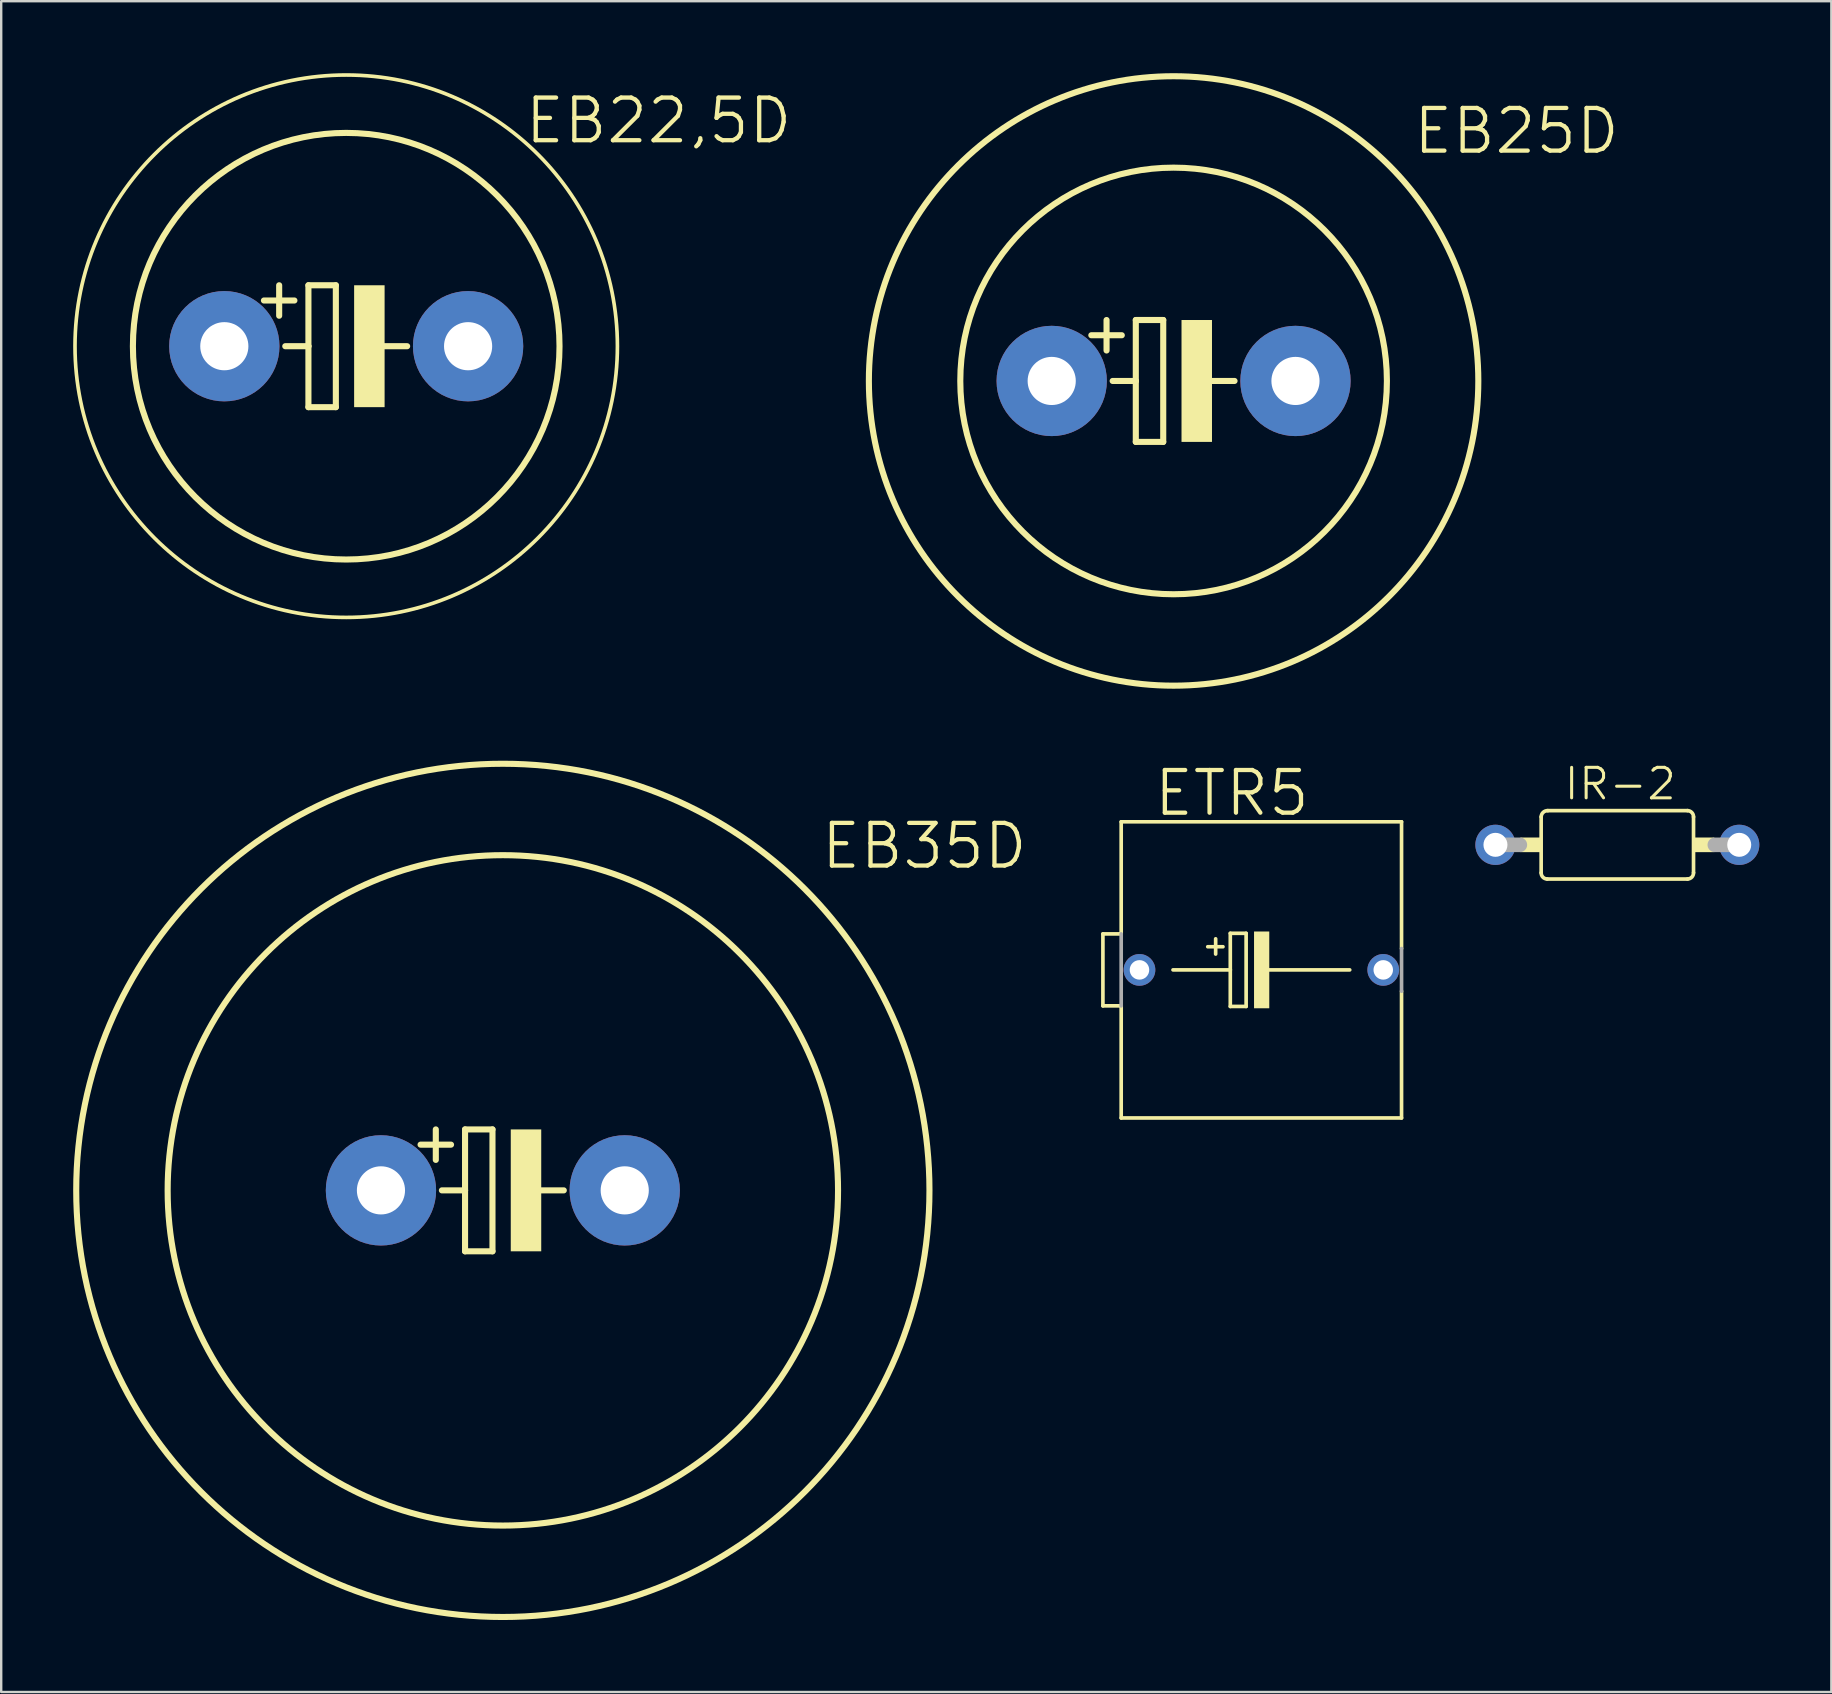
<source format=kicad_pcb>
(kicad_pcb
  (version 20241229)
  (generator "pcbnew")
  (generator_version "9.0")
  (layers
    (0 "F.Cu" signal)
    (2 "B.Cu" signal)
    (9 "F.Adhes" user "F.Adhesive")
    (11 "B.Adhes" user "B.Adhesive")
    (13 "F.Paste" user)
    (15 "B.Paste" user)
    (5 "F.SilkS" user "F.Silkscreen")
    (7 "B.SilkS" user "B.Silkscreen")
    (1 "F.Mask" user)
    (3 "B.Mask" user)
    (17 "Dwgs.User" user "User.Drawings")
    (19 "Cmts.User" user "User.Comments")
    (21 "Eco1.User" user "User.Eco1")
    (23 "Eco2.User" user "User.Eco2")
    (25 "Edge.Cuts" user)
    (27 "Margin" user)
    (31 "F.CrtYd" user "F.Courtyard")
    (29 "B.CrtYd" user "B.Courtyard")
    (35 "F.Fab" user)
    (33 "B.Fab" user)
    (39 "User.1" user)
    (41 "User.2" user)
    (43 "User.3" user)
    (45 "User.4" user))
  (footprint "IR-2"
    (layer "F.Cu")
    (at 64.356 32.16)
    (property "Reference" "IR-2" (at 0.121 -2.54 0) (layer "F.SilkS") (effects (font (size 1.27 1.27) (thickness 0.127))))
    (attr through_hole)
    (fp_line (start -3.175 1.164) (end -3.175 -1.164) (stroke (width 0.152) (type solid)) (layer "F.SilkS"))
    (fp_line (start 2.925 -1.425) (end -2.9 -1.425) (stroke (width 0.152) (type solid)) (layer "F.SilkS"))
    (fp_line (start 2.925 1.425) (end -2.925 1.425) (stroke (width 0.152) (type solid)) (layer "F.SilkS"))
    (fp_line (start 3.175 1.164) (end 3.175 -1.164) (stroke (width 0.152) (type solid)) (layer "F.SilkS"))
    (fp_arc (start -3.175 -1.164) (mid -3.091555 -1.351454) (end -2.9 -1.425) (stroke (width 0.1524) (type solid)) (layer "F.SilkS"))
    (fp_arc (start -2.925 1.425) (mid -3.104055 1.346277) (end -3.175 1.164) (stroke (width 0.1524) (type solid)) (layer "F.SilkS"))
    (fp_arc (start 2.925 -1.425) (mid 3.104055 -1.346277) (end 3.175 -1.164) (stroke (width 0.1524) (type solid)) (layer "F.SilkS"))
    (fp_arc (start 3.175 1.164) (mid 3.104055 1.346277) (end 2.925 1.425) (stroke (width 0.1524) (type solid)) (layer "F.SilkS"))
    (fp_poly (pts (xy -4.039 -0.305) (xy -3.175 -0.305) (xy -3.175 0.305) (xy -4.039 0.305)) (stroke (width 0) (type solid)) (fill yes) (layer "F.SilkS"))
    (fp_poly (pts (xy 3.175 -0.305) (xy 4.039 -0.305) (xy 4.039 0.305) (xy 3.175 0.305)) (stroke (width 0) (type solid)) (fill yes) (layer "F.SilkS"))
    (fp_line (start -5.08 0) (end -4.064 0) (stroke (width 0.61) (type solid)) (layer "F.Fab"))
    (fp_line (start 5.08 0) (end 4.064 0) (stroke (width 0.61) (type solid)) (layer "F.Fab"))
    (pad "1" thru_hole circle (at -5.08 0) (size 1.676 1.676) (drill 1) (layers "*.Cu" "*.Mask"))
    (pad "2" thru_hole circle (at 5.08 0) (size 1.676 1.676) (drill 1) (layers "*.Cu" "*.Mask")))
  (footprint "EB22,5D"
    (layer "F.Cu")
    (at 11.379 11.379)
    (property "Reference" "EB22,5D" (at 13.022 -9.398 0) (layer "F.SilkS") (effects (font (size 1.778 1.778) (thickness 0.178))))
    (attr through_hole)
    (fp_line (start -2.794 -2.54) (end -2.794 -1.27) (stroke (width 0.254) (type solid)) (layer "F.SilkS"))
    (fp_line (start -2.54 0) (end -1.575 0) (stroke (width 0.254) (type solid)) (layer "F.SilkS"))
    (fp_line (start -2.159 -1.905) (end -3.429 -1.905) (stroke (width 0.254) (type solid)) (layer "F.SilkS"))
    (fp_line (start -1.575 -2.54) (end -0.432 -2.54) (stroke (width 0.254) (type solid)) (layer "F.SilkS"))
    (fp_line (start -1.575 0) (end -1.575 -2.54) (stroke (width 0.254) (type solid)) (layer "F.SilkS"))
    (fp_line (start -1.575 2.54) (end -1.575 0) (stroke (width 0.254) (type solid)) (layer "F.SilkS"))
    (fp_line (start -0.432 -2.54) (end -0.432 2.54) (stroke (width 0.254) (type solid)) (layer "F.SilkS"))
    (fp_line (start -0.432 2.54) (end -1.575 2.54) (stroke (width 0.254) (type solid)) (layer "F.SilkS"))
    (fp_line (start 0.635 0) (end 2.54 0) (stroke (width 0.254) (type solid)) (layer "F.SilkS"))
    (fp_circle (center 0 0) (end 8.89 0) (stroke (width 0.254) (type solid)) (fill no) (layer "F.SilkS"))
    (fp_circle (center 0 0) (end 11.303 0) (stroke (width 0.152) (type solid)) (fill no) (layer "F.SilkS"))
    (fp_poly (pts (xy 0.33 -2.54) (xy 1.6 -2.54) (xy 1.6 2.54) (xy 0.33 2.54)) (stroke (width 0) (type solid)) (fill yes) (layer "F.SilkS"))
    (pad "+" thru_hole circle (at -5.08 0) (size 4.597 4.597) (drill 2.007) (layers "*.Cu" "*.Mask"))
    (pad "-" thru_hole circle (at 5.08 0) (size 4.597 4.597) (drill 2.007) (layers "*.Cu" "*.Mask")))
  (footprint "EB35D"
    (layer "F.Cu")
    (at 17.907 46.561)
    (property "Reference" "EB35D" (at 17.568 -14.351 0) (layer "F.SilkS") (effects (font (size 1.778 1.778) (thickness 0.178))))
    (attr through_hole)
    (fp_line (start -2.794 -2.54) (end -2.794 -1.27) (stroke (width 0.254) (type solid)) (layer "F.SilkS"))
    (fp_line (start -2.54 0) (end -1.575 0) (stroke (width 0.254) (type solid)) (layer "F.SilkS"))
    (fp_line (start -2.159 -1.905) (end -3.429 -1.905) (stroke (width 0.254) (type solid)) (layer "F.SilkS"))
    (fp_line (start -1.575 -2.54) (end -0.432 -2.54) (stroke (width 0.254) (type solid)) (layer "F.SilkS"))
    (fp_line (start -1.575 0) (end -1.575 -2.54) (stroke (width 0.254) (type solid)) (layer "F.SilkS"))
    (fp_line (start -1.575 2.54) (end -1.575 0) (stroke (width 0.254) (type solid)) (layer "F.SilkS"))
    (fp_line (start -0.432 -2.54) (end -0.432 2.54) (stroke (width 0.254) (type solid)) (layer "F.SilkS"))
    (fp_line (start -0.432 2.54) (end -1.575 2.54) (stroke (width 0.254) (type solid)) (layer "F.SilkS"))
    (fp_line (start 1.397 0) (end 2.54 0) (stroke (width 0.254) (type solid)) (layer "F.SilkS"))
    (fp_circle (center 0 0) (end 13.97 0) (stroke (width 0.254) (type solid)) (fill no) (layer "F.SilkS"))
    (fp_circle (center 0 0) (end 17.78 0) (stroke (width 0.254) (type solid)) (fill no) (layer "F.SilkS"))
    (fp_poly (pts (xy 0.33 -2.54) (xy 1.6 -2.54) (xy 1.6 2.54) (xy 0.33 2.54)) (stroke (width 0) (type solid)) (fill yes) (layer "F.SilkS"))
    (pad "+" thru_hole circle (at -5.08 0) (size 4.597 4.597) (drill 2.007) (layers "*.Cu" "*.Mask"))
    (pad "-" thru_hole circle (at 5.08 0) (size 4.597 4.597) (drill 2.007) (layers "*.Cu" "*.Mask")))
  (footprint "EB25D"
    (layer "F.Cu")
    (at 45.862 12.827)
    (property "Reference" "EB25D" (at 14.292 -10.414 0) (layer "F.SilkS") (effects (font (size 1.778 1.778) (thickness 0.178))))
    (attr through_hole)
    (fp_line (start -2.794 -2.54) (end -2.794 -1.27) (stroke (width 0.254) (type solid)) (layer "F.SilkS"))
    (fp_line (start -2.54 0) (end -1.575 0) (stroke (width 0.254) (type solid)) (layer "F.SilkS"))
    (fp_line (start -2.159 -1.905) (end -3.429 -1.905) (stroke (width 0.254) (type solid)) (layer "F.SilkS"))
    (fp_line (start -1.575 -2.54) (end -0.432 -2.54) (stroke (width 0.254) (type solid)) (layer "F.SilkS"))
    (fp_line (start -1.575 0) (end -1.575 -2.54) (stroke (width 0.254) (type solid)) (layer "F.SilkS"))
    (fp_line (start -1.575 2.54) (end -1.575 0) (stroke (width 0.254) (type solid)) (layer "F.SilkS"))
    (fp_line (start -0.432 -2.54) (end -0.432 2.54) (stroke (width 0.254) (type solid)) (layer "F.SilkS"))
    (fp_line (start -0.432 2.54) (end -1.575 2.54) (stroke (width 0.254) (type solid)) (layer "F.SilkS"))
    (fp_line (start 0.635 0) (end 2.54 0) (stroke (width 0.254) (type solid)) (layer "F.SilkS"))
    (fp_circle (center 0 0) (end 8.89 0) (stroke (width 0.254) (type solid)) (fill no) (layer "F.SilkS"))
    (fp_circle (center 0 0) (end 12.7 0) (stroke (width 0.254) (type solid)) (fill no) (layer "F.SilkS"))
    (fp_poly (pts (xy 0.33 -2.54) (xy 1.6 -2.54) (xy 1.6 2.54) (xy 0.33 2.54)) (stroke (width 0) (type solid)) (fill yes) (layer "F.SilkS"))
    (pad "+" thru_hole circle (at -5.08 0) (size 4.597 4.597) (drill 2.007) (layers "*.Cu" "*.Mask"))
    (pad "-" thru_hole circle (at 5.08 0) (size 4.597 4.597) (drill 2.007) (layers "*.Cu" "*.Mask")))
  (footprint "ETR5"
    (layer "F.Cu")
    (at 49.52 37.372)
    (property "Reference" "ETR5" (at -1.228 -7.366 0) (layer "F.SilkS") (effects (font (size 1.778 1.778) (thickness 0.178))))
    (attr through_hole)
    (fp_line (start -6.604 -1.499) (end -6.604 1.499) (stroke (width 0.152) (type solid)) (layer "F.SilkS"))
    (fp_line (start -6.604 1.499) (end -5.842 1.499) (stroke (width 0.152) (type solid)) (layer "F.SilkS"))
    (fp_line (start -5.842 -1.499) (end -6.604 -1.499) (stroke (width 0.152) (type solid)) (layer "F.SilkS"))
    (fp_line (start -5.842 -1.499) (end -5.842 -6.172) (stroke (width 0.152) (type solid)) (layer "F.SilkS"))
    (fp_line (start -5.842 6.172) (end -5.842 1.499) (stroke (width 0.152) (type solid)) (layer "F.SilkS"))
    (fp_line (start -5.842 6.172) (end 5.842 6.172) (stroke (width 0.152) (type solid)) (layer "F.SilkS"))
    (fp_line (start -3.683 0) (end -1.295 0) (stroke (width 0.152) (type solid)) (layer "F.SilkS"))
    (fp_line (start -1.905 -1.295) (end -1.905 -0.66) (stroke (width 0.152) (type solid)) (layer "F.SilkS"))
    (fp_line (start -1.6 -0.965) (end -2.235 -0.965) (stroke (width 0.152) (type solid)) (layer "F.SilkS"))
    (fp_line (start -1.295 -1.524) (end -0.635 -1.524) (stroke (width 0.152) (type solid)) (layer "F.SilkS"))
    (fp_line (start -1.295 0) (end -1.295 -1.524) (stroke (width 0.152) (type solid)) (layer "F.SilkS"))
    (fp_line (start -1.295 1.524) (end -1.295 0) (stroke (width 0.152) (type solid)) (layer "F.SilkS"))
    (fp_line (start -0.635 -1.524) (end -0.635 1.524) (stroke (width 0.152) (type solid)) (layer "F.SilkS"))
    (fp_line (start -0.635 1.524) (end -1.295 1.524) (stroke (width 0.152) (type solid)) (layer "F.SilkS"))
    (fp_line (start 0 0) (end 3.683 0) (stroke (width 0.152) (type solid)) (layer "F.SilkS"))
    (fp_line (start 5.842 -6.172) (end -5.842 -6.172) (stroke (width 0.152) (type solid)) (layer "F.SilkS"))
    (fp_line (start 5.842 -0.889) (end 5.842 -6.172) (stroke (width 0.152) (type solid)) (layer "F.SilkS"))
    (fp_line (start 5.842 6.172) (end 5.842 0.889) (stroke (width 0.152) (type solid)) (layer "F.SilkS"))
    (fp_poly (pts (xy -0.305 -1.6) (xy 0.33 -1.6) (xy 0.33 1.6) (xy -0.305 1.6)) (stroke (width 0) (type solid)) (fill yes) (layer "F.SilkS"))
    (fp_line (start -5.842 1.499) (end -5.842 -1.499) (stroke (width 0.152) (type solid)) (layer "F.Fab"))
    (fp_line (start 5.842 -0.889) (end 5.842 0.889) (stroke (width 0.152) (type solid)) (layer "F.Fab"))
    (pad "+" thru_hole circle (at -5.08 0) (size 1.321 1.321) (drill 0.813) (layers "*.Cu" "*.Mask"))
    (pad "-" thru_hole circle (at 5.08 0) (size 1.321 1.321) (drill 0.813) (layers "*.Cu" "*.Mask")))
  (gr_rect
    (start -3 -3)
    (end 73.275 67.468)
    (stroke (width 0.1) (type default))
    (fill no)
    (layer "Edge.Cuts")))
</source>
